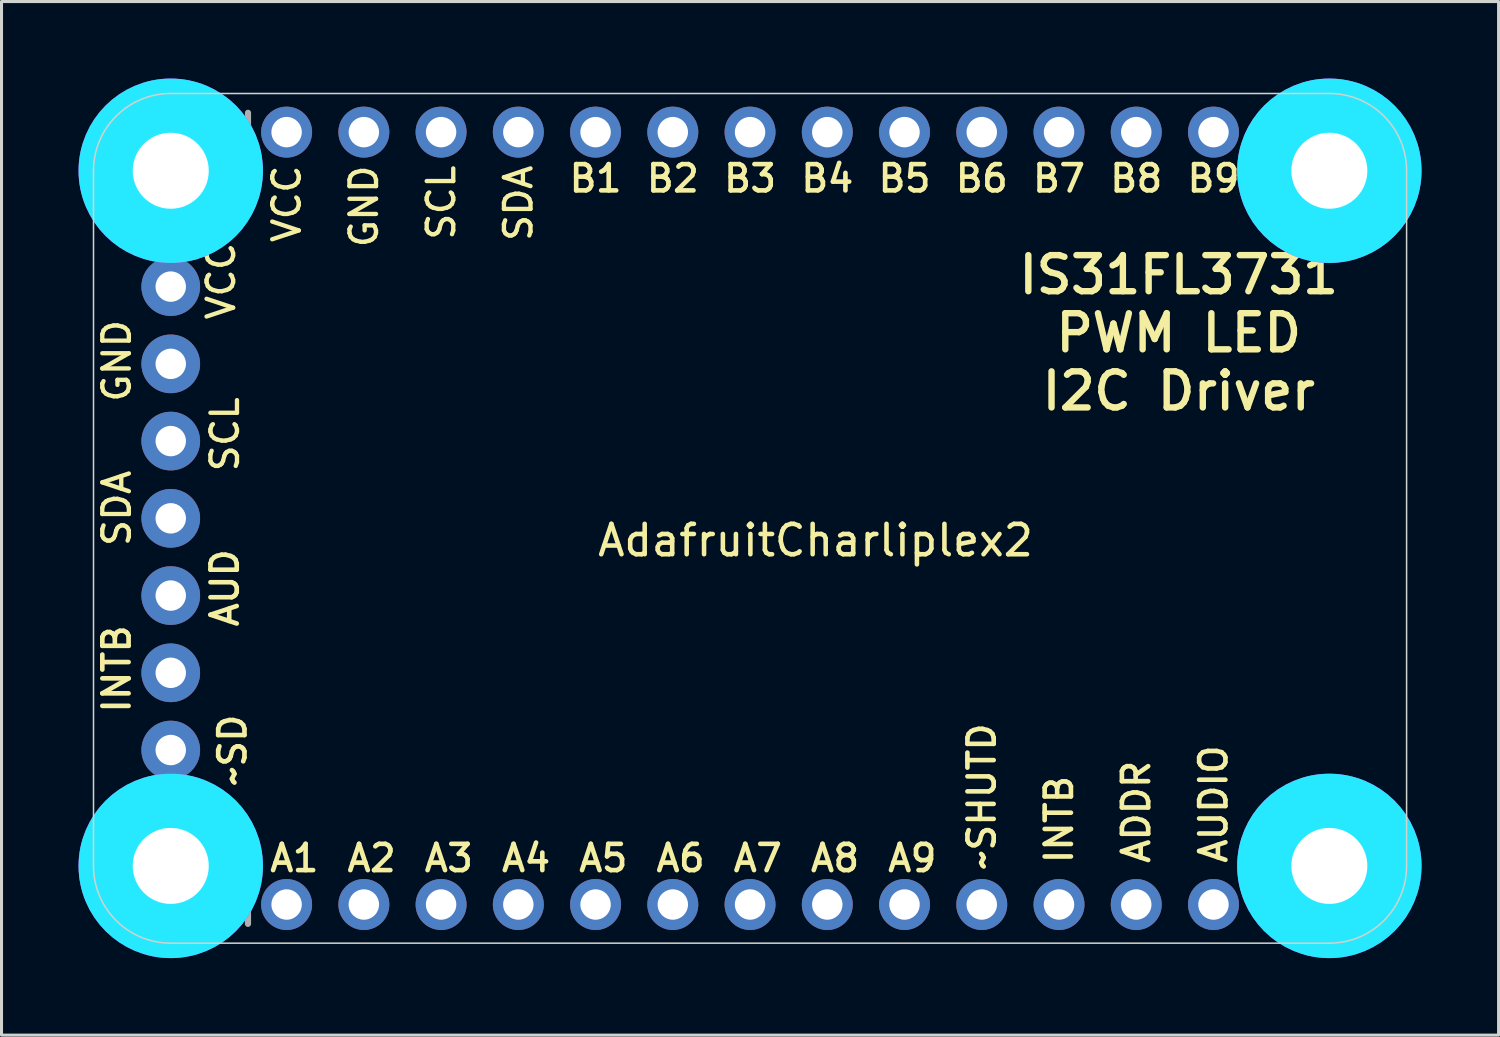
<source format=kicad_pcb>
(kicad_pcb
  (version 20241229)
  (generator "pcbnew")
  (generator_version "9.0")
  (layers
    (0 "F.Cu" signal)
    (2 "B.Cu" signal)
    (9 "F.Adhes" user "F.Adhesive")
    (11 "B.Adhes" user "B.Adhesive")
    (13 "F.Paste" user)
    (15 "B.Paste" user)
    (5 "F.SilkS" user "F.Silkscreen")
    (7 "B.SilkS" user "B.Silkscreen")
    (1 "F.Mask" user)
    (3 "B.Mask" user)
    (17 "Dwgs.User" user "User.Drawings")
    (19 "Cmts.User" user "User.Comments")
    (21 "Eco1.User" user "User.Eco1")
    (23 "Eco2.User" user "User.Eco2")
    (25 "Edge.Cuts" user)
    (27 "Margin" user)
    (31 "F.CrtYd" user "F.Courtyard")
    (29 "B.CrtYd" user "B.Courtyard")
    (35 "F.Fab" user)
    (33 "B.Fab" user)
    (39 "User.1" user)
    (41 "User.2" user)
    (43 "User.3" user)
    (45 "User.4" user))
  (footprint "AdafruitCharliplex2"
    (layer "F.Cu")
    (at 2.565 25.425)
    (property "Reference" "AdafruitCharliplex2" (at 21.204 -10.704 0) (unlocked yes) (layer "F.SilkS") (effects (font (size 1 1) (thickness 0.15))))
    (attr smd)
    (fp_circle (center 0 -22.86) (end -2 -22.86) (stroke (width 0.203) (type solid)) (fill no) (layer "F.SilkS"))
    (fp_circle (center 0 0) (end -2 0) (stroke (width 0.203) (type solid)) (fill no) (layer "F.SilkS"))
    (fp_circle (center 38.1 -22.86) (end 36.1 -22.86) (stroke (width 0.203) (type solid)) (fill no) (layer "F.SilkS"))
    (fp_circle (center 38.1 0) (end 36.1 0) (stroke (width 0.203) (type solid)) (fill no) (layer "F.SilkS"))
    (fp_line (start -2.54 0) (end -2.54 -22.86) (stroke (width 0.05) (type solid)) (layer "Edge.Cuts"))
    (fp_line (start 0 -25.4) (end 38.1 -25.4) (stroke (width 0.05) (type solid)) (layer "Edge.Cuts"))
    (fp_line (start 38.1 2.54) (end 0 2.54) (stroke (width 0.05) (type solid)) (layer "Edge.Cuts"))
    (fp_line (start 40.64 -22.86) (end 40.64 0) (stroke (width 0.05) (type solid)) (layer "Edge.Cuts"))
    (fp_arc (start -2.54 -22.86) (mid -1.796051 -24.656051) (end 0 -25.4) (stroke (width 0.05) (type solid)) (layer "Edge.Cuts"))
    (fp_arc (start 0 2.54) (mid -1.796051 1.796051) (end -2.54 0) (stroke (width 0.05) (type solid)) (layer "Edge.Cuts"))
    (fp_arc (start 38.1 -25.4) (mid 39.896051 -24.656051) (end 40.64 -22.86) (stroke (width 0.05) (type solid)) (layer "Edge.Cuts"))
    (fp_arc (start 40.64 0) (mid 39.896051 1.796051) (end 38.1 2.54) (stroke (width 0.05) (type solid)) (layer "Edge.Cuts"))
    (fp_circle (center 0 -22.86) (end -1 -22.86) (stroke (width 2.032) (type solid)) (fill no) (layer "B.CrtYd"))
    (fp_circle (center 0 0) (end -1 0) (stroke (width 2.032) (type solid)) (fill no) (layer "B.CrtYd"))
    (fp_circle (center 38.1 -22.86) (end 37.1 -22.86) (stroke (width 2.032) (type solid)) (fill no) (layer "B.CrtYd"))
    (fp_circle (center 38.1 0) (end 37.1 0) (stroke (width 2.032) (type solid)) (fill no) (layer "B.CrtYd"))
    (fp_circle (center 0 -22.86) (end -1 -22.86) (stroke (width 2.032) (type solid)) (fill no) (layer "F.CrtYd"))
    (fp_circle (center 0 0) (end -1 0) (stroke (width 2.032) (type solid)) (fill no) (layer "F.CrtYd"))
    (fp_circle (center 38.1 -22.86) (end 37.1 -22.86) (stroke (width 2.032) (type solid)) (fill no) (layer "F.CrtYd"))
    (fp_circle (center 38.1 0) (end 37.1 0) (stroke (width 2.032) (type solid)) (fill no) (layer "F.CrtYd"))
    (fp_line (start 0.635 -20.32) (end -0.635 -20.32) (stroke (width 0.203) (type solid)) (layer "F.Fab"))
    (fp_line (start 2.54 -24.765) (end 2.54 -23.495) (stroke (width 0.203) (type solid)) (layer "F.Fab"))
    (fp_line (start 2.54 0.635) (end 2.54 1.905) (stroke (width 0.203) (type solid)) (layer "F.Fab"))
    (fp_text user "B4" (at 21.59 -22.606 0) (layer "F.SilkS") (effects (font (size 0.864 0.864) (thickness 0.152))))
    (fp_text user "A7" (at 19.304 -0.254 0) (layer "F.SilkS") (effects (font (size 0.864 0.864) (thickness 0.152))))
    (fp_text user "VCC" (at 3.302 -23.114 90) (layer "F.SilkS") (effects (font (size 0.874 0.874) (thickness 0.142)) (justify right top)))
    (fp_text user "A2" (at 6.604 -0.254 0) (layer "F.SilkS") (effects (font (size 0.864 0.864) (thickness 0.152))))
    (fp_text user "GND" (at -2.286 -18.034 90) (layer "F.SilkS") (effects (font (size 0.874 0.874) (thickness 0.142)) (justify right top)))
    (fp_text user "IS31FL3731\nPWM LED\nI2C Driver" (at 33.147 -17.526 0) (layer "F.SilkS") (effects (font (size 1.187 1.187) (thickness 0.21))))
    (fp_text user "A5" (at 14.224 -0.254 0) (layer "F.SilkS") (effects (font (size 0.864 0.864) (thickness 0.152))))
    (fp_text user "B6" (at 26.67 -22.606 0) (layer "F.SilkS") (effects (font (size 0.864 0.864) (thickness 0.152))))
    (fp_text user "B9" (at 34.29 -22.606 0) (layer "F.SilkS") (effects (font (size 0.864 0.864) (thickness 0.152))))
    (fp_text user "B3" (at 19.05 -22.606 0) (layer "F.SilkS") (effects (font (size 0.864 0.864) (thickness 0.152))))
    (fp_text user "A1" (at 4.064 -0.254 0) (layer "F.SilkS") (effects (font (size 0.864 0.864) (thickness 0.152))))
    (fp_text user "A9" (at 24.384 -0.254 0) (layer "F.SilkS") (effects (font (size 0.864 0.864) (thickness 0.152))))
    (fp_text user "B8" (at 31.75 -22.606 0) (layer "F.SilkS") (effects (font (size 0.864 0.864) (thickness 0.152))))
    (fp_text user "A4" (at 11.684 -0.254 0) (layer "F.SilkS") (effects (font (size 0.864 0.864) (thickness 0.152))))
    (fp_text user "SCL" (at 8.382 -23.114 90) (layer "F.SilkS") (effects (font (size 0.874 0.874) (thickness 0.142)) (justify right top)))
    (fp_text user "AUD" (at 1.778 -9.144 90) (layer "F.SilkS") (effects (font (size 0.864 0.864) (thickness 0.152))))
    (fp_text user "A6" (at 16.764 -0.254 0) (layer "F.SilkS") (effects (font (size 0.864 0.864) (thickness 0.152))))
    (fp_text user "~SD" (at 2.032 -3.81 90) (layer "F.SilkS") (effects (font (size 0.864 0.864) (thickness 0.152))))
    (fp_text user "B1" (at 13.97 -22.606 0) (layer "F.SilkS") (effects (font (size 0.864 0.864) (thickness 0.152))))
    (fp_text user "A8" (at 21.844 -0.254 0) (layer "F.SilkS") (effects (font (size 0.864 0.864) (thickness 0.152))))
    (fp_text user "A3" (at 9.144 -0.254 0) (layer "F.SilkS") (effects (font (size 0.864 0.864) (thickness 0.152))))
    (fp_text user "AUDIO" (at 34.29 -2.032 90) (layer "F.SilkS") (effects (font (size 0.864 0.864) (thickness 0.152))))
    (fp_text user "VCC" (at 1.143 -20.574 90) (layer "F.SilkS") (effects (font (size 0.874 0.874) (thickness 0.142)) (justify right top)))
    (fp_text user "ADDR" (at 31.75 -1.778 90) (layer "F.SilkS") (effects (font (size 0.864 0.864) (thickness 0.152))))
    (fp_text user "B7" (at 29.21 -22.606 0) (layer "F.SilkS") (effects (font (size 0.864 0.864) (thickness 0.152))))
    (fp_text user "INTB" (at -1.778 -6.477 90) (layer "F.SilkS") (effects (font (size 0.864 0.864) (thickness 0.152))))
    (fp_text user "SCL" (at 1.27 -15.494 90) (layer "F.SilkS") (effects (font (size 0.874 0.874) (thickness 0.142)) (justify right top)))
    (fp_text user "SDA" (at -2.286 -13.081 90) (layer "F.SilkS") (effects (font (size 0.874 0.874) (thickness 0.142)) (justify right top)))
    (fp_text user "SDA" (at 10.922 -23.114 90) (layer "F.SilkS") (effects (font (size 0.874 0.874) (thickness 0.142)) (justify right top)))
    (fp_text user "INTB" (at 29.21 -1.524 90) (layer "F.SilkS") (effects (font (size 0.864 0.864) (thickness 0.152))))
    (fp_text user "GND" (at 5.842 -23.114 90) (layer "F.SilkS") (effects (font (size 0.874 0.874) (thickness 0.142)) (justify right top)))
    (fp_text user "B5" (at 24.13 -22.606 0) (layer "F.SilkS") (effects (font (size 0.864 0.864) (thickness 0.152))))
    (fp_text user "B2" (at 16.51 -22.606 0) (layer "F.SilkS") (effects (font (size 0.864 0.864) (thickness 0.152))))
    (fp_text user "~SHUTD" (at 26.67 -2.286 90) (layer "F.SilkS") (effects (font (size 0.864 0.864) (thickness 0.152))))
    (pad "" thru_hole circle (at 0 -22.86 180) (size 3.2 3.2) (drill 2.5) (layers "*.Cu" "*.Mask"))
    (pad "" thru_hole circle (at 0 0 180) (size 3.2 3.2) (drill 2.5) (layers "*.Cu" "*.Mask"))
    (pad "" thru_hole circle (at 38.1 -22.86 180) (size 3.2 3.2) (drill 2.5) (layers "*.Cu" "*.Mask"))
    (pad "" thru_hole circle (at 38.1 0 180) (size 3.2 3.2) (drill 2.5) (layers "*.Cu" "*.Mask"))
    (pad "1" thru_hole circle (at 3.81 1.27 90) (size 1.676 1.676) (drill 1) (layers "*.Cu" "*.Mask"))
    (pad "2" thru_hole circle (at 6.35 1.27 90) (size 1.676 1.676) (drill 1) (layers "*.Cu" "*.Mask"))
    (pad "3" thru_hole circle (at 8.89 1.27 90) (size 1.676 1.676) (drill 1) (layers "*.Cu" "*.Mask"))
    (pad "4" thru_hole circle (at 11.43 1.27 90) (size 1.676 1.676) (drill 1) (layers "*.Cu" "*.Mask"))
    (pad "5" thru_hole circle (at 13.97 1.27 90) (size 1.676 1.676) (drill 1) (layers "*.Cu" "*.Mask"))
    (pad "6" thru_hole circle (at 16.51 1.27 90) (size 1.676 1.676) (drill 1) (layers "*.Cu" "*.Mask"))
    (pad "7" thru_hole circle (at 19.05 1.27 90) (size 1.676 1.676) (drill 1) (layers "*.Cu" "*.Mask"))
    (pad "8" thru_hole circle (at 21.59 1.27 90) (size 1.676 1.676) (drill 1) (layers "*.Cu" "*.Mask"))
    (pad "9" thru_hole circle (at 24.13 1.27 90) (size 1.676 1.676) (drill 1) (layers "*.Cu" "*.Mask"))
    (pad "10" thru_hole circle (at 26.67 1.27 90) (size 1.676 1.676) (drill 1) (layers "*.Cu" "*.Mask"))
    (pad "11" thru_hole circle (at 29.21 1.27 90) (size 1.676 1.676) (drill 1) (layers "*.Cu" "*.Mask"))
    (pad "12" thru_hole circle (at 31.75 1.27 90) (size 1.676 1.676) (drill 1) (layers "*.Cu" "*.Mask"))
    (pad "13" thru_hole circle (at 34.29 1.27 90) (size 1.676 1.676) (drill 1) (layers "*.Cu" "*.Mask"))
    (pad "14" thru_hole circle (at 3.81 -24.13 90) (size 1.676 1.676) (drill 1) (layers "*.Cu" "*.Mask"))
    (pad "15" thru_hole circle (at 6.35 -24.13 90) (size 1.676 1.676) (drill 1) (layers "*.Cu" "*.Mask"))
    (pad "16" thru_hole circle (at 8.89 -24.13 90) (size 1.676 1.676) (drill 1) (layers "*.Cu" "*.Mask"))
    (pad "17" thru_hole circle (at 11.43 -24.13 90) (size 1.676 1.676) (drill 1) (layers "*.Cu" "*.Mask"))
    (pad "18" thru_hole circle (at 13.97 -24.13 90) (size 1.676 1.676) (drill 1) (layers "*.Cu" "*.Mask"))
    (pad "19" thru_hole circle (at 16.51 -24.13 90) (size 1.676 1.676) (drill 1) (layers "*.Cu" "*.Mask"))
    (pad "20" thru_hole circle (at 19.05 -24.13 90) (size 1.676 1.676) (drill 1) (layers "*.Cu" "*.Mask"))
    (pad "21" thru_hole circle (at 21.59 -24.13 90) (size 1.676 1.676) (drill 1) (layers "*.Cu" "*.Mask"))
    (pad "22" thru_hole circle (at 24.13 -24.13 90) (size 1.676 1.676) (drill 1) (layers "*.Cu" "*.Mask"))
    (pad "23" thru_hole circle (at 26.67 -24.13 90) (size 1.676 1.676) (drill 1) (layers "*.Cu" "*.Mask"))
    (pad "24" thru_hole circle (at 29.21 -24.13 90) (size 1.676 1.676) (drill 1) (layers "*.Cu" "*.Mask"))
    (pad "25" thru_hole circle (at 31.75 -24.13 90) (size 1.676 1.676) (drill 1) (layers "*.Cu" "*.Mask"))
    (pad "26" thru_hole circle (at 34.29 -24.13 90) (size 1.676 1.676) (drill 1) (layers "*.Cu" "*.Mask"))
    (pad "27" thru_hole circle (at 0 -19.05) (size 1.93 1.93) (drill 1) (layers "*.Cu" "*.Mask"))
    (pad "28" thru_hole circle (at 0 -16.51) (size 1.93 1.93) (drill 1) (layers "*.Cu" "*.Mask"))
    (pad "29" thru_hole circle (at 0 -13.97) (size 1.93 1.93) (drill 1) (layers "*.Cu" "*.Mask"))
    (pad "30" thru_hole circle (at 0 -11.43) (size 1.93 1.93) (drill 1) (layers "*.Cu" "*.Mask"))
    (pad "31" thru_hole circle (at 0 -8.89) (size 1.93 1.93) (drill 1) (layers "*.Cu" "*.Mask"))
    (pad "32" thru_hole circle (at 0 -6.35) (size 1.93 1.93) (drill 1) (layers "*.Cu" "*.Mask"))
    (pad "33" thru_hole circle (at 0 -3.81) (size 1.93 1.93) (drill 1) (layers "*.Cu" "*.Mask"))
    (zone (net_name "") (layer "F.Cu") (hatch edge 0.508) (connect_pads) (min_thickness 0.254) (filled_areas_thickness no) (keepout (tracks not_allowed) (vias not_allowed) (pads not_allowed) (copperpour not_allowed) (footprints allowed)) (placement (enabled no)) (fill) (polygon (pts (xy 0.549 2.565) (xy 0.58 2.915) (xy 0.671 3.255) (xy 0.819 3.573) (xy 1.021 3.861) (xy 1.269 4.109) (xy 1.557 4.311) (xy 1.875 4.459) (xy 2.215 4.55) (xy 2.565 4.581) (xy 2.915 4.55) (xy 3.255 4.459) (xy 3.573 4.311) (xy 3.861 4.109) (xy 4.109 3.861) (xy 4.311 3.573) (xy 4.459 3.255) (xy 4.55 2.915) (xy 4.581 2.565) (xy 4.55 2.215) (xy 4.459 1.875) (xy 4.311 1.557) (xy 4.109 1.269) (xy 3.861 1.021) (xy 3.573 0.819) (xy 3.255 0.671) (xy 2.915 0.58) (xy 2.565 0.549) (xy 2.215 0.58) (xy 1.875 0.671) (xy 1.557 0.819) (xy 1.269 1.021) (xy 1.021 1.269) (xy 0.819 1.557) (xy 0.671 1.875) (xy 0.58 2.215))) (polygon (pts (xy 2.581 2.565) (xy 2.581 2.562) (xy 2.58 2.56) (xy 2.579 2.557) (xy 2.577 2.555) (xy 2.575 2.553) (xy 2.573 2.551) (xy 2.57 2.55) (xy 2.568 2.549) (xy 2.565 2.549) (xy 2.562 2.549) (xy 2.56 2.55) (xy 2.557 2.551) (xy 2.555 2.553) (xy 2.553 2.555) (xy 2.551 2.557) (xy 2.55 2.56) (xy 2.549 2.562) (xy 2.549 2.565) (xy 2.549 2.568) (xy 2.55 2.57) (xy 2.551 2.573) (xy 2.553 2.575) (xy 2.555 2.577) (xy 2.557 2.579) (xy 2.56 2.58) (xy 2.562 2.581) (xy 2.565 2.581) (xy 2.568 2.581) (xy 2.57 2.58) (xy 2.573 2.579) (xy 2.575 2.577) (xy 2.577 2.575) (xy 2.579 2.573) (xy 2.58 2.57) (xy 2.581 2.568))))
    (zone (net_name "") (layer "F.Cu") (hatch edge 0.508) (connect_pads) (min_thickness 0.254) (filled_areas_thickness no) (keepout (tracks not_allowed) (vias not_allowed) (pads not_allowed) (copperpour not_allowed) (footprints allowed)) (placement (enabled no)) (fill) (polygon (pts (xy 0.549 25.425) (xy 0.58 25.775) (xy 0.671 26.115) (xy 0.819 26.433) (xy 1.021 26.721) (xy 1.269 26.969) (xy 1.557 27.171) (xy 1.875 27.319) (xy 2.215 27.41) (xy 2.565 27.441) (xy 2.915 27.41) (xy 3.255 27.319) (xy 3.573 27.171) (xy 3.861 26.969) (xy 4.109 26.721) (xy 4.311 26.433) (xy 4.459 26.115) (xy 4.55 25.775) (xy 4.581 25.425) (xy 4.55 25.075) (xy 4.459 24.735) (xy 4.311 24.417) (xy 4.109 24.129) (xy 3.861 23.881) (xy 3.573 23.679) (xy 3.255 23.531) (xy 2.915 23.44) (xy 2.565 23.409) (xy 2.215 23.44) (xy 1.875 23.531) (xy 1.557 23.679) (xy 1.269 23.881) (xy 1.021 24.129) (xy 0.819 24.417) (xy 0.671 24.735) (xy 0.58 25.075))) (polygon (pts (xy 2.581 25.425) (xy 2.581 25.422) (xy 2.58 25.42) (xy 2.579 25.417) (xy 2.577 25.415) (xy 2.575 25.413) (xy 2.573 25.411) (xy 2.57 25.41) (xy 2.568 25.409) (xy 2.565 25.409) (xy 2.562 25.409) (xy 2.56 25.41) (xy 2.557 25.411) (xy 2.555 25.413) (xy 2.553 25.415) (xy 2.551 25.417) (xy 2.55 25.42) (xy 2.549 25.422) (xy 2.549 25.425) (xy 2.549 25.428) (xy 2.55 25.43) (xy 2.551 25.433) (xy 2.553 25.435) (xy 2.555 25.437) (xy 2.557 25.439) (xy 2.56 25.44) (xy 2.562 25.441) (xy 2.565 25.441) (xy 2.568 25.441) (xy 2.57 25.44) (xy 2.573 25.439) (xy 2.575 25.437) (xy 2.577 25.435) (xy 2.579 25.433) (xy 2.58 25.43) (xy 2.581 25.428))))
    (zone (net_name "") (layer "F.Cu") (hatch edge 0.508) (connect_pads) (min_thickness 0.254) (filled_areas_thickness no) (keepout (tracks not_allowed) (vias not_allowed) (pads not_allowed) (copperpour not_allowed) (footprints allowed)) (placement (enabled no)) (fill) (polygon (pts (xy 38.649 2.565) (xy 38.68 2.915) (xy 38.771 3.255) (xy 38.919 3.573) (xy 39.121 3.861) (xy 39.369 4.109) (xy 39.657 4.311) (xy 39.975 4.459) (xy 40.315 4.55) (xy 40.665 4.581) (xy 41.015 4.55) (xy 41.355 4.459) (xy 41.673 4.311) (xy 41.961 4.109) (xy 42.209 3.861) (xy 42.411 3.573) (xy 42.559 3.255) (xy 42.65 2.915) (xy 42.681 2.565) (xy 42.65 2.215) (xy 42.559 1.875) (xy 42.411 1.557) (xy 42.209 1.269) (xy 41.961 1.021) (xy 41.673 0.819) (xy 41.355 0.671) (xy 41.015 0.58) (xy 40.665 0.549) (xy 40.315 0.58) (xy 39.975 0.671) (xy 39.657 0.819) (xy 39.369 1.021) (xy 39.121 1.269) (xy 38.919 1.557) (xy 38.771 1.875) (xy 38.68 2.215))) (polygon (pts (xy 40.681 2.565) (xy 40.681 2.562) (xy 40.68 2.56) (xy 40.679 2.557) (xy 40.677 2.555) (xy 40.675 2.553) (xy 40.673 2.551) (xy 40.67 2.55) (xy 40.668 2.549) (xy 40.665 2.549) (xy 40.662 2.549) (xy 40.66 2.55) (xy 40.657 2.551) (xy 40.655 2.553) (xy 40.653 2.555) (xy 40.651 2.557) (xy 40.65 2.56) (xy 40.649 2.562) (xy 40.649 2.565) (xy 40.649 2.568) (xy 40.65 2.57) (xy 40.651 2.573) (xy 40.653 2.575) (xy 40.655 2.577) (xy 40.657 2.579) (xy 40.66 2.58) (xy 40.662 2.581) (xy 40.665 2.581) (xy 40.668 2.581) (xy 40.67 2.58) (xy 40.673 2.579) (xy 40.675 2.577) (xy 40.677 2.575) (xy 40.679 2.573) (xy 40.68 2.57) (xy 40.681 2.568))))
    (zone (net_name "") (layer "F.Cu") (hatch edge 0.508) (connect_pads) (min_thickness 0.254) (filled_areas_thickness no) (keepout (tracks not_allowed) (vias not_allowed) (pads not_allowed) (copperpour not_allowed) (footprints allowed)) (placement (enabled no)) (fill) (polygon (pts (xy 38.649 25.425) (xy 38.68 25.775) (xy 38.771 26.115) (xy 38.919 26.433) (xy 39.121 26.721) (xy 39.369 26.969) (xy 39.657 27.171) (xy 39.975 27.319) (xy 40.315 27.41) (xy 40.665 27.441) (xy 41.015 27.41) (xy 41.355 27.319) (xy 41.673 27.171) (xy 41.961 26.969) (xy 42.209 26.721) (xy 42.411 26.433) (xy 42.559 26.115) (xy 42.65 25.775) (xy 42.681 25.425) (xy 42.65 25.075) (xy 42.559 24.735) (xy 42.411 24.417) (xy 42.209 24.129) (xy 41.961 23.881) (xy 41.673 23.679) (xy 41.355 23.531) (xy 41.015 23.44) (xy 40.665 23.409) (xy 40.315 23.44) (xy 39.975 23.531) (xy 39.657 23.679) (xy 39.369 23.881) (xy 39.121 24.129) (xy 38.919 24.417) (xy 38.771 24.735) (xy 38.68 25.075))) (polygon (pts (xy 40.681 25.425) (xy 40.681 25.422) (xy 40.68 25.42) (xy 40.679 25.417) (xy 40.677 25.415) (xy 40.675 25.413) (xy 40.673 25.411) (xy 40.67 25.41) (xy 40.668 25.409) (xy 40.665 25.409) (xy 40.662 25.409) (xy 40.66 25.41) (xy 40.657 25.411) (xy 40.655 25.413) (xy 40.653 25.415) (xy 40.651 25.417) (xy 40.65 25.42) (xy 40.649 25.422) (xy 40.649 25.425) (xy 40.649 25.428) (xy 40.65 25.43) (xy 40.651 25.433) (xy 40.653 25.435) (xy 40.655 25.437) (xy 40.657 25.439) (xy 40.66 25.44) (xy 40.662 25.441) (xy 40.665 25.441) (xy 40.668 25.441) (xy 40.67 25.44) (xy 40.673 25.439) (xy 40.675 25.437) (xy 40.677 25.435) (xy 40.679 25.433) (xy 40.68 25.43) (xy 40.681 25.428))))
    (zone (net_name "") (layer "B.Cu") (hatch edge 0.508) (connect_pads) (min_thickness 0.254) (filled_areas_thickness no) (keepout (tracks not_allowed) (vias not_allowed) (pads not_allowed) (copperpour not_allowed) (footprints allowed)) (placement (enabled no)) (fill) (polygon (pts (xy 0.549 2.565) (xy 0.58 2.915) (xy 0.671 3.255) (xy 0.819 3.573) (xy 1.021 3.861) (xy 1.269 4.109) (xy 1.557 4.311) (xy 1.875 4.459) (xy 2.215 4.55) (xy 2.565 4.581) (xy 2.915 4.55) (xy 3.255 4.459) (xy 3.573 4.311) (xy 3.861 4.109) (xy 4.109 3.861) (xy 4.311 3.573) (xy 4.459 3.255) (xy 4.55 2.915) (xy 4.581 2.565) (xy 4.55 2.215) (xy 4.459 1.875) (xy 4.311 1.557) (xy 4.109 1.269) (xy 3.861 1.021) (xy 3.573 0.819) (xy 3.255 0.671) (xy 2.915 0.58) (xy 2.565 0.549) (xy 2.215 0.58) (xy 1.875 0.671) (xy 1.557 0.819) (xy 1.269 1.021) (xy 1.021 1.269) (xy 0.819 1.557) (xy 0.671 1.875) (xy 0.58 2.215))) (polygon (pts (xy 2.581 2.565) (xy 2.581 2.562) (xy 2.58 2.56) (xy 2.579 2.557) (xy 2.577 2.555) (xy 2.575 2.553) (xy 2.573 2.551) (xy 2.57 2.55) (xy 2.568 2.549) (xy 2.565 2.549) (xy 2.562 2.549) (xy 2.56 2.55) (xy 2.557 2.551) (xy 2.555 2.553) (xy 2.553 2.555) (xy 2.551 2.557) (xy 2.55 2.56) (xy 2.549 2.562) (xy 2.549 2.565) (xy 2.549 2.568) (xy 2.55 2.57) (xy 2.551 2.573) (xy 2.553 2.575) (xy 2.555 2.577) (xy 2.557 2.579) (xy 2.56 2.58) (xy 2.562 2.581) (xy 2.565 2.581) (xy 2.568 2.581) (xy 2.57 2.58) (xy 2.573 2.579) (xy 2.575 2.577) (xy 2.577 2.575) (xy 2.579 2.573) (xy 2.58 2.57) (xy 2.581 2.568))))
    (zone (net_name "") (layer "B.Cu") (hatch edge 0.508) (connect_pads) (min_thickness 0.254) (filled_areas_thickness no) (keepout (tracks not_allowed) (vias not_allowed) (pads not_allowed) (copperpour not_allowed) (footprints allowed)) (placement (enabled no)) (fill) (polygon (pts (xy 0.549 25.425) (xy 0.58 25.775) (xy 0.671 26.115) (xy 0.819 26.433) (xy 1.021 26.721) (xy 1.269 26.969) (xy 1.557 27.171) (xy 1.875 27.319) (xy 2.215 27.41) (xy 2.565 27.441) (xy 2.915 27.41) (xy 3.255 27.319) (xy 3.573 27.171) (xy 3.861 26.969) (xy 4.109 26.721) (xy 4.311 26.433) (xy 4.459 26.115) (xy 4.55 25.775) (xy 4.581 25.425) (xy 4.55 25.075) (xy 4.459 24.735) (xy 4.311 24.417) (xy 4.109 24.129) (xy 3.861 23.881) (xy 3.573 23.679) (xy 3.255 23.531) (xy 2.915 23.44) (xy 2.565 23.409) (xy 2.215 23.44) (xy 1.875 23.531) (xy 1.557 23.679) (xy 1.269 23.881) (xy 1.021 24.129) (xy 0.819 24.417) (xy 0.671 24.735) (xy 0.58 25.075))) (polygon (pts (xy 2.581 25.425) (xy 2.581 25.422) (xy 2.58 25.42) (xy 2.579 25.417) (xy 2.577 25.415) (xy 2.575 25.413) (xy 2.573 25.411) (xy 2.57 25.41) (xy 2.568 25.409) (xy 2.565 25.409) (xy 2.562 25.409) (xy 2.56 25.41) (xy 2.557 25.411) (xy 2.555 25.413) (xy 2.553 25.415) (xy 2.551 25.417) (xy 2.55 25.42) (xy 2.549 25.422) (xy 2.549 25.425) (xy 2.549 25.428) (xy 2.55 25.43) (xy 2.551 25.433) (xy 2.553 25.435) (xy 2.555 25.437) (xy 2.557 25.439) (xy 2.56 25.44) (xy 2.562 25.441) (xy 2.565 25.441) (xy 2.568 25.441) (xy 2.57 25.44) (xy 2.573 25.439) (xy 2.575 25.437) (xy 2.577 25.435) (xy 2.579 25.433) (xy 2.58 25.43) (xy 2.581 25.428))))
    (zone (net_name "") (layer "B.Cu") (hatch edge 0.508) (connect_pads) (min_thickness 0.254) (filled_areas_thickness no) (keepout (tracks not_allowed) (vias not_allowed) (pads not_allowed) (copperpour not_allowed) (footprints allowed)) (placement (enabled no)) (fill) (polygon (pts (xy 38.649 2.565) (xy 38.68 2.915) (xy 38.771 3.255) (xy 38.919 3.573) (xy 39.121 3.861) (xy 39.369 4.109) (xy 39.657 4.311) (xy 39.975 4.459) (xy 40.315 4.55) (xy 40.665 4.581) (xy 41.015 4.55) (xy 41.355 4.459) (xy 41.673 4.311) (xy 41.961 4.109) (xy 42.209 3.861) (xy 42.411 3.573) (xy 42.559 3.255) (xy 42.65 2.915) (xy 42.681 2.565) (xy 42.65 2.215) (xy 42.559 1.875) (xy 42.411 1.557) (xy 42.209 1.269) (xy 41.961 1.021) (xy 41.673 0.819) (xy 41.355 0.671) (xy 41.015 0.58) (xy 40.665 0.549) (xy 40.315 0.58) (xy 39.975 0.671) (xy 39.657 0.819) (xy 39.369 1.021) (xy 39.121 1.269) (xy 38.919 1.557) (xy 38.771 1.875) (xy 38.68 2.215))) (polygon (pts (xy 40.681 2.565) (xy 40.681 2.562) (xy 40.68 2.56) (xy 40.679 2.557) (xy 40.677 2.555) (xy 40.675 2.553) (xy 40.673 2.551) (xy 40.67 2.55) (xy 40.668 2.549) (xy 40.665 2.549) (xy 40.662 2.549) (xy 40.66 2.55) (xy 40.657 2.551) (xy 40.655 2.553) (xy 40.653 2.555) (xy 40.651 2.557) (xy 40.65 2.56) (xy 40.649 2.562) (xy 40.649 2.565) (xy 40.649 2.568) (xy 40.65 2.57) (xy 40.651 2.573) (xy 40.653 2.575) (xy 40.655 2.577) (xy 40.657 2.579) (xy 40.66 2.58) (xy 40.662 2.581) (xy 40.665 2.581) (xy 40.668 2.581) (xy 40.67 2.58) (xy 40.673 2.579) (xy 40.675 2.577) (xy 40.677 2.575) (xy 40.679 2.573) (xy 40.68 2.57) (xy 40.681 2.568))))
    (zone (net_name "") (layer "B.Cu") (hatch edge 0.508) (connect_pads) (min_thickness 0.254) (filled_areas_thickness no) (keepout (tracks not_allowed) (vias not_allowed) (pads not_allowed) (copperpour not_allowed) (footprints allowed)) (placement (enabled no)) (fill) (polygon (pts (xy 38.649 25.425) (xy 38.68 25.775) (xy 38.771 26.115) (xy 38.919 26.433) (xy 39.121 26.721) (xy 39.369 26.969) (xy 39.657 27.171) (xy 39.975 27.319) (xy 40.315 27.41) (xy 40.665 27.441) (xy 41.015 27.41) (xy 41.355 27.319) (xy 41.673 27.171) (xy 41.961 26.969) (xy 42.209 26.721) (xy 42.411 26.433) (xy 42.559 26.115) (xy 42.65 25.775) (xy 42.681 25.425) (xy 42.65 25.075) (xy 42.559 24.735) (xy 42.411 24.417) (xy 42.209 24.129) (xy 41.961 23.881) (xy 41.673 23.679) (xy 41.355 23.531) (xy 41.015 23.44) (xy 40.665 23.409) (xy 40.315 23.44) (xy 39.975 23.531) (xy 39.657 23.679) (xy 39.369 23.881) (xy 39.121 24.129) (xy 38.919 24.417) (xy 38.771 24.735) (xy 38.68 25.075))) (polygon (pts (xy 40.681 25.425) (xy 40.681 25.422) (xy 40.68 25.42) (xy 40.679 25.417) (xy 40.677 25.415) (xy 40.675 25.413) (xy 40.673 25.411) (xy 40.67 25.41) (xy 40.668 25.409) (xy 40.665 25.409) (xy 40.662 25.409) (xy 40.66 25.41) (xy 40.657 25.411) (xy 40.655 25.413) (xy 40.653 25.415) (xy 40.651 25.417) (xy 40.65 25.42) (xy 40.649 25.422) (xy 40.649 25.425) (xy 40.649 25.428) (xy 40.65 25.43) (xy 40.651 25.433) (xy 40.653 25.435) (xy 40.655 25.437) (xy 40.657 25.439) (xy 40.66 25.44) (xy 40.662 25.441) (xy 40.665 25.441) (xy 40.668 25.441) (xy 40.67 25.44) (xy 40.673 25.439) (xy 40.675 25.437) (xy 40.677 25.435) (xy 40.679 25.433) (xy 40.68 25.43) (xy 40.681 25.428)))))
  (gr_rect
    (start -3 -3)
    (end 46.23 30.99)
    (stroke (width 0.1) (type default))
    (fill no)
    (layer "Edge.Cuts")))
</source>
